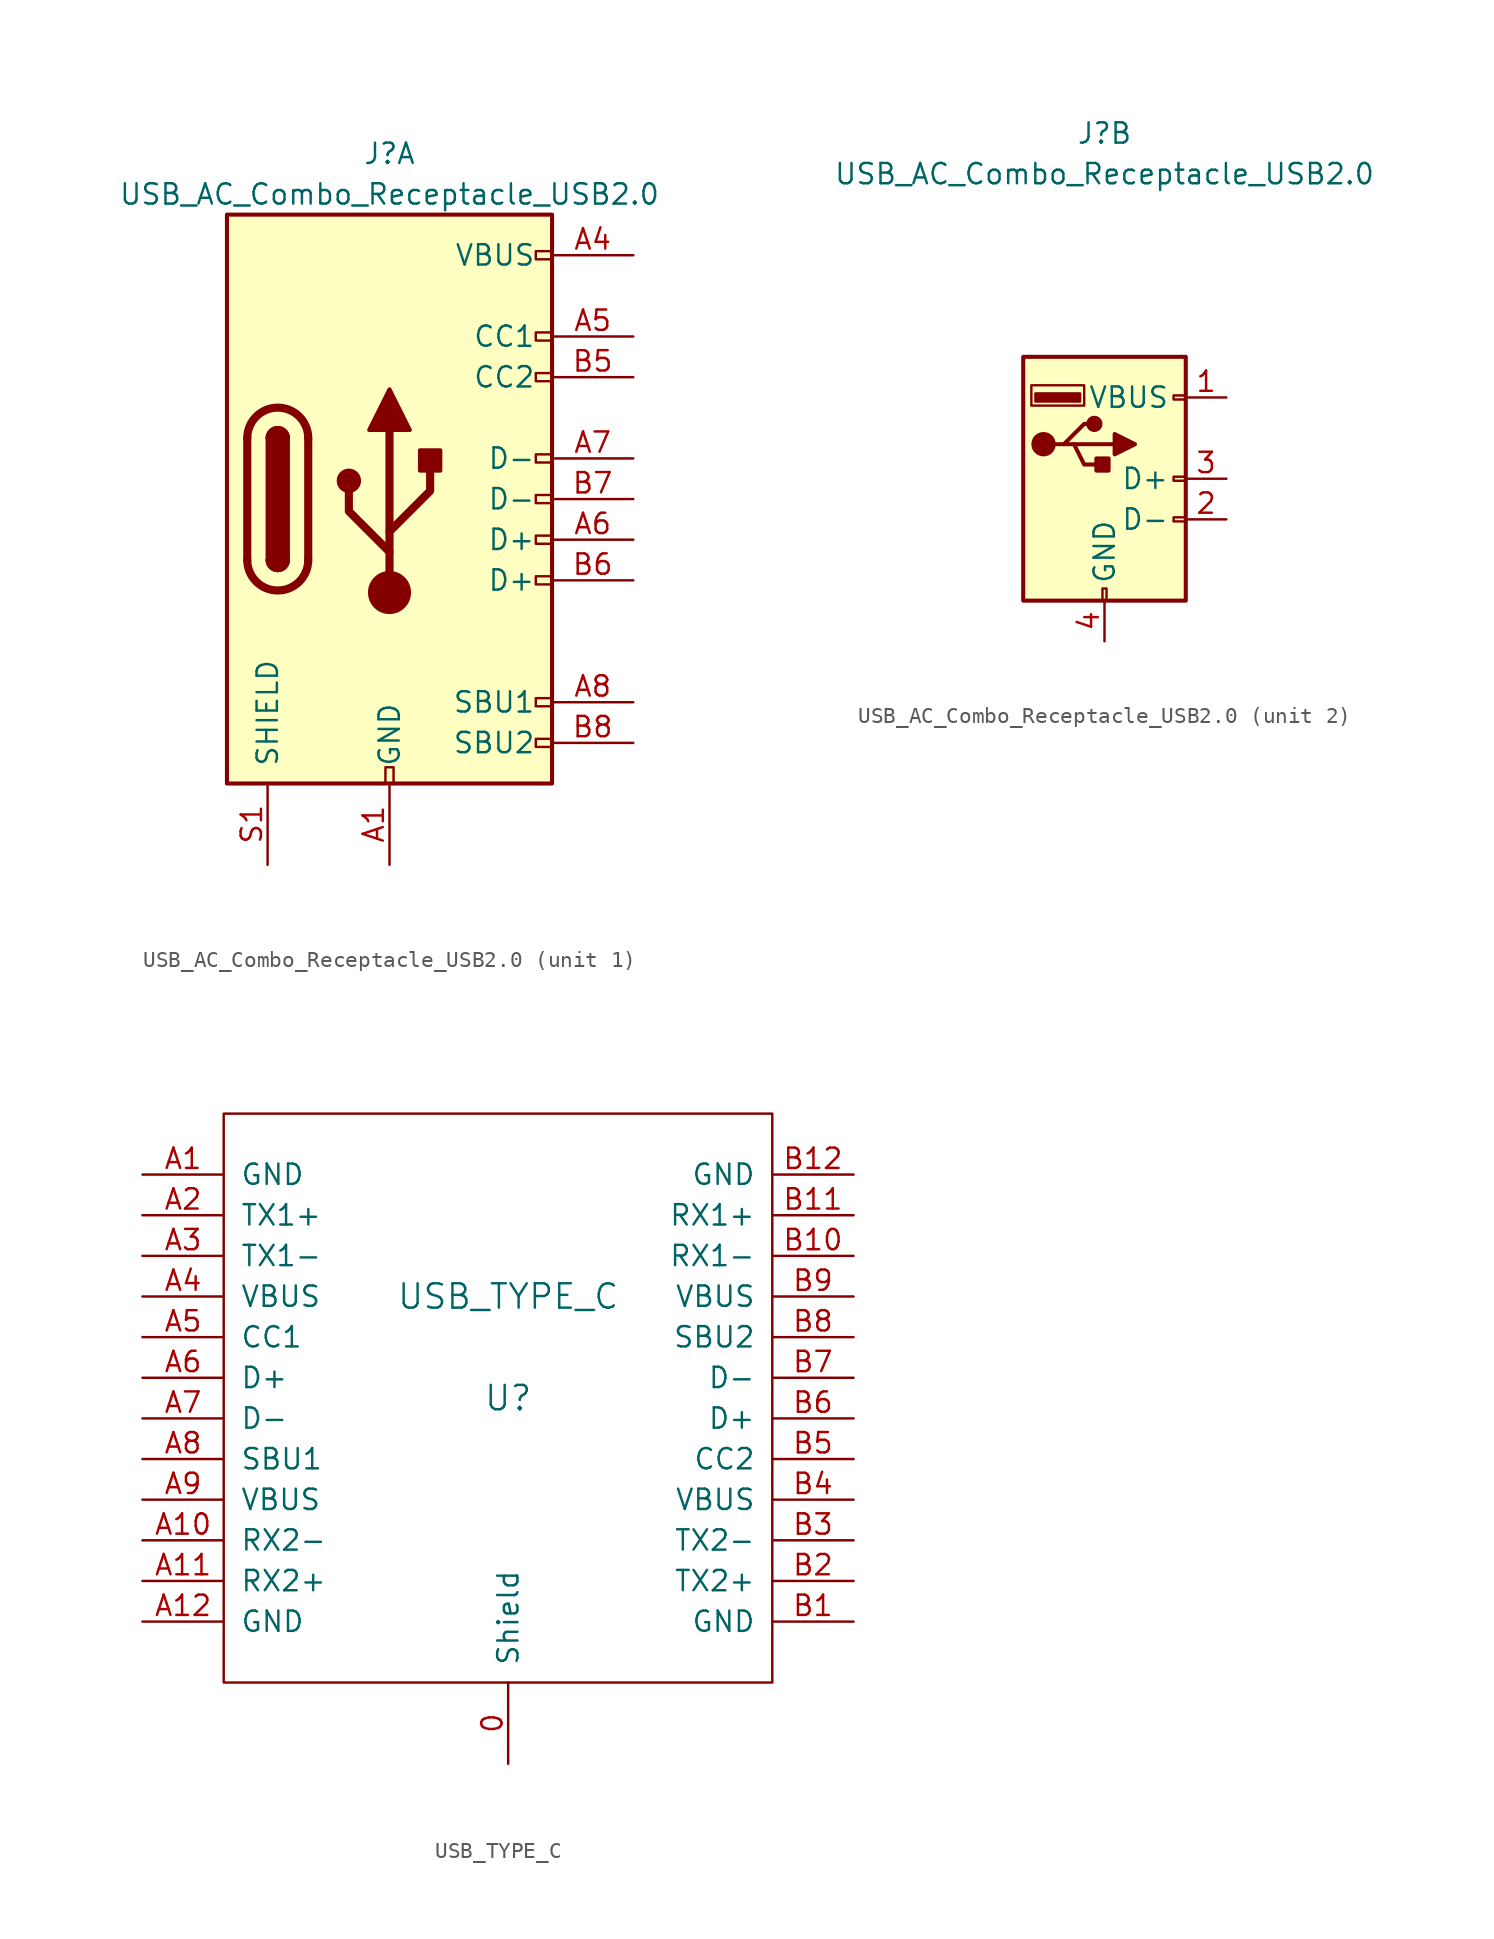
<source format=kicad_sym>
(kicad_symbol_lib
  (version 20201005)
  (generator kicad_symbol_editor)
  (symbol "pkl_conn:USB_AC_Combo_Receptacle_USB2.0"
    (pin_names
      (offset 1.016))
    (property "Reference" "J"
      (at 0 21.59 0)
      (effects (font (size 1.27 1.27))))
    (property "Value" "USB_AC_Combo_Receptacle_USB2.0"
      (at 0 19.05 0)
      (effects (font (size 1.27 1.27))))
    (property "ki_locked" ""
      (at 0 0 0)
      (effects (font (size 1.27 1.27))))
    (symbol "USB_AC_Combo_Receptacle_USB2.0_1_0"
      (rectangle (start -0.254 -17.78) (end 0.254 -16.764) (stroke (width 0)) (fill (type none)))
      (rectangle (start 10.16 -14.986) (end 9.144 -15.494) (stroke (width 0)) (fill (type none)))
      (rectangle (start 10.16 -12.446) (end 9.144 -12.954) (stroke (width 0)) (fill (type none)))
      (rectangle (start 10.16 -4.826) (end 9.144 -5.334) (stroke (width 0)) (fill (type none)))
      (rectangle (start 10.16 -2.286) (end 9.144 -2.794) (stroke (width 0)) (fill (type none)))
      (rectangle (start 10.16 0.254) (end 9.144 -0.254) (stroke (width 0)) (fill (type none)))
      (rectangle (start 10.16 2.794) (end 9.144 2.286) (stroke (width 0)) (fill (type none)))
      (rectangle (start 10.16 7.874) (end 9.144 7.366) (stroke (width 0)) (fill (type none)))
      (rectangle (start 10.16 10.414) (end 9.144 9.906) (stroke (width 0)) (fill (type none)))
      (rectangle (start 10.16 15.494) (end 9.144 14.986) (stroke (width 0)) (fill (type none))))
    (symbol "USB_AC_Combo_Receptacle_USB2.0_1_1"
      (arc (start -8.89 -3.81) (end -5.08 -3.81) (radius (at -6.985 -3.81) (length 1.905) (angles -179.9 -0.1)) (stroke (width 0.508)) (fill (type none)))
      (arc (start -7.62 -3.81) (end -6.35 -3.81) (radius (at -6.985 -3.81) (length 0.635) (angles -179.9 -0.1)) (stroke (width 0.254)) (fill (type none)))
      (arc (start -6.35 3.81) (end -7.62 3.81) (radius (at -6.985 3.81) (length 0.635) (angles 0.1 179.9)) (stroke (width 0.254)) (fill (type none)))
      (arc (start -5.08 3.81) (end -8.89 3.81) (radius (at -6.985 3.81) (length 1.905) (angles 0.1 179.9)) (stroke (width 0.508)) (fill (type none)))
      (arc (start -7.62 -3.81) (end -6.35 -3.81) (radius (at -6.985 -3.81) (length 0.635) (angles -179.9 -0.1)) (stroke (width 0.254)) (fill (type outline)))
      (arc (start -6.35 3.81) (end -7.62 3.81) (radius (at -6.985 3.81) (length 0.635) (angles 0.1 179.9)) (stroke (width 0.254)) (fill (type outline)))
      (circle (center -2.54 1.143) (radius 0.635) (stroke (width 0.254)) (fill (type outline)))
      (circle (center 0 -5.842) (radius 1.27) (stroke (width 0)) (fill (type outline)))
      (rectangle (start -7.62 -3.81) (end -6.35 3.81) (stroke (width 0.254)) (fill (type outline)))
      (rectangle (start 1.905 1.778) (end 3.175 3.048) (stroke (width 0.254)) (fill (type outline)))
      (rectangle (start -10.16 17.78) (end 10.16 -17.78) (stroke (width 0.254)) (fill (type background)))
      (polyline (pts (xy -8.89 -3.81) (xy -8.89 3.81)) (stroke (width 0.508)) (fill (type none)))
      (polyline (pts (xy -5.08 3.81) (xy -5.08 -3.81)) (stroke (width 0.508)) (fill (type none)))
      (polyline (pts (xy 0 -5.842) (xy 0 4.318)) (stroke (width 0.508)) (fill (type none)))
      (polyline (pts (xy 0 -3.302) (xy -2.54 -0.762) (xy -2.54 0.508)) (stroke (width 0.508)) (fill (type none)))
      (polyline (pts (xy 0 -2.032) (xy 2.54 0.508) (xy 2.54 1.778)) (stroke (width 0.508)) (fill (type none)))
      (polyline (pts (xy -1.27 4.318) (xy 0 6.858) (xy 1.27 4.318) (xy -1.27 4.318)) (stroke (width 0.254)) (fill (type outline)))
      (pin power_in line (at 0 -22.86 90) (length 5.08) (name "GND" (effects (font (size 1.27 1.27)))) (number "A1" (effects (font (size 1.27 1.27)))))
      (pin passive line (at 0 -22.86 90) (length 5.08) hide (name "GND" (effects (font (size 1.27 1.27)))) (number "A12" (effects (font (size 1.27 1.27)))))
      (pin power_in line (at 15.24 15.24 180) (length 5.08) (name "VBUS" (effects (font (size 1.27 1.27)))) (number "A4" (effects (font (size 1.27 1.27)))))
      (pin bidirectional line (at 15.24 10.16 180) (length 5.08) (name "CC1" (effects (font (size 1.27 1.27)))) (number "A5" (effects (font (size 1.27 1.27)))))
      (pin bidirectional line (at 15.24 -2.54 180) (length 5.08) (name "D+" (effects (font (size 1.27 1.27)))) (number "A6" (effects (font (size 1.27 1.27)))))
      (pin bidirectional line (at 15.24 2.54 180) (length 5.08) (name "D-" (effects (font (size 1.27 1.27)))) (number "A7" (effects (font (size 1.27 1.27)))))
      (pin bidirectional line (at 15.24 -12.7 180) (length 5.08) (name "SBU1" (effects (font (size 1.27 1.27)))) (number "A8" (effects (font (size 1.27 1.27)))))
      (pin passive line (at 15.24 15.24 180) (length 5.08) hide (name "VBUS" (effects (font (size 1.27 1.27)))) (number "A9" (effects (font (size 1.27 1.27)))))
      (pin passive line (at 0 -22.86 90) (length 5.08) hide (name "GND" (effects (font (size 1.27 1.27)))) (number "B1" (effects (font (size 1.27 1.27)))))
      (pin passive line (at 0 -22.86 90) (length 5.08) hide (name "GND" (effects (font (size 1.27 1.27)))) (number "B12" (effects (font (size 1.27 1.27)))))
      (pin passive line (at 15.24 15.24 180) (length 5.08) hide (name "VBUS" (effects (font (size 1.27 1.27)))) (number "B4" (effects (font (size 1.27 1.27)))))
      (pin bidirectional line (at 15.24 7.62 180) (length 5.08) (name "CC2" (effects (font (size 1.27 1.27)))) (number "B5" (effects (font (size 1.27 1.27)))))
      (pin bidirectional line (at 15.24 -5.08 180) (length 5.08) (name "D+" (effects (font (size 1.27 1.27)))) (number "B6" (effects (font (size 1.27 1.27)))))
      (pin bidirectional line (at 15.24 0 180) (length 5.08) (name "D-" (effects (font (size 1.27 1.27)))) (number "B7" (effects (font (size 1.27 1.27)))))
      (pin bidirectional line (at 15.24 -15.24 180) (length 5.08) (name "SBU2" (effects (font (size 1.27 1.27)))) (number "B8" (effects (font (size 1.27 1.27)))))
      (pin passive line (at 15.24 15.24 180) (length 5.08) hide (name "VBUS" (effects (font (size 1.27 1.27)))) (number "B9" (effects (font (size 1.27 1.27)))))
      (pin passive line (at -7.62 -22.86 90) (length 5.08) (name "SHIELD" (effects (font (size 1.27 1.27)))) (number "S1" (effects (font (size 1.27 1.27)))))
      (pin passive line (at -7.62 -22.86 90) (length 5.08) hide (name "SHIELD" (effects (font (size 1.27 1.27)))) (number "S2" (effects (font (size 1.27 1.27))))))
    (symbol "USB_AC_Combo_Receptacle_USB2.0_2_1"
      (circle (center -3.81 2.159) (radius 0.635) (stroke (width 0.254)) (fill (type outline)))
      (circle (center -0.635 3.429) (radius 0.381) (stroke (width 0.254)) (fill (type outline)))
      (rectangle (start -1.27 4.572) (end -4.572 5.842) (stroke (width 0)) (fill (type none)))
      (rectangle (start -0.127 -7.62) (end 0.127 -6.858) (stroke (width 0)) (fill (type none)))
      (rectangle (start 5.08 -2.667) (end 4.318 -2.413) (stroke (width 0)) (fill (type none)))
      (rectangle (start 5.08 -0.127) (end 4.318 0.127) (stroke (width 0)) (fill (type none)))
      (rectangle (start 5.08 4.953) (end 4.318 5.207) (stroke (width 0)) (fill (type none)))
      (rectangle (start -1.524 4.826) (end -4.318 5.334) (stroke (width 0)) (fill (type outline)))
      (rectangle (start 0.254 1.27) (end -0.508 0.508) (stroke (width 0.254)) (fill (type outline)))
      (rectangle (start -5.08 -7.62) (end 5.08 7.62) (stroke (width 0.254)) (fill (type background)))
      (polyline (pts (xy -1.905 2.159) (xy 0.635 2.159)) (stroke (width 0.254)) (fill (type none)))
      (polyline (pts (xy -3.175 2.159) (xy -2.54 2.159) (xy -1.27 3.429) (xy -0.635 3.429)) (stroke (width 0.254)) (fill (type none)))
      (polyline (pts (xy -2.54 2.159) (xy -1.905 2.159) (xy -1.27 0.889) (xy 0 0.889)) (stroke (width 0.254)) (fill (type none)))
      (polyline (pts (xy 0.635 2.794) (xy 0.635 1.524) (xy 1.905 2.159) (xy 0.635 2.794)) (stroke (width 0.254)) (fill (type outline)))
      (pin power_in line (at 7.62 5.08 180) (length 2.54) (name "VBUS" (effects (font (size 1.27 1.27)))) (number "1" (effects (font (size 1.27 1.27)))))
      (pin passive line (at 7.62 -2.54 180) (length 2.54) (name "D-" (effects (font (size 1.27 1.27)))) (number "2" (effects (font (size 1.27 1.27)))))
      (pin passive line (at 7.62 0 180) (length 2.54) (name "D+" (effects (font (size 1.27 1.27)))) (number "3" (effects (font (size 1.27 1.27)))))
      (pin power_in line (at 0 -10.16 90) (length 2.54) (name "GND" (effects (font (size 1.27 1.27)))) (number "4" (effects (font (size 1.27 1.27)))))))
  (symbol "pkl_conn:USB_TYPE_C"
    (pin_names
      (offset 1.016))
    (property "Reference" "U"
      (at 0 0 0)
      (effects (font (size 1.524 1.524))))
    (property "Value" "USB_TYPE_C"
      (at 0 6.35 0)
      (effects (font (size 1.524 1.524))))
    (property "Footprint" ""
      (at 0 0 0)
      (effects (font (size 1.524 1.524))))
    (property "Datasheet" ""
      (at 0 0 0)
      (effects (font (size 1.524 1.524))))
    (symbol "USB_TYPE_C_0_1"
      (rectangle (start -17.78 17.78) (end 16.51 -17.78) (stroke (width 0)) (fill (type none))))
    (symbol "USB_TYPE_C_1_1"
      (pin passive line (at 0 -22.86 90) (length 5.08) (name "Shield" (effects (font (size 1.27 1.27)))) (number "0" (effects (font (size 1.27 1.27)))))
      (pin input line (at -22.86 13.97 0) (length 5.08) (name "GND" (effects (font (size 1.27 1.27)))) (number "A1" (effects (font (size 1.27 1.27)))))
      (pin input line (at -22.86 -8.89 0) (length 5.08) (name "RX2-" (effects (font (size 1.27 1.27)))) (number "A10" (effects (font (size 1.27 1.27)))))
      (pin input line (at -22.86 -11.43 0) (length 5.08) (name "RX2+" (effects (font (size 1.27 1.27)))) (number "A11" (effects (font (size 1.27 1.27)))))
      (pin input line (at -22.86 -13.97 0) (length 5.08) (name "GND" (effects (font (size 1.27 1.27)))) (number "A12" (effects (font (size 1.27 1.27)))))
      (pin input line (at -22.86 11.43 0) (length 5.08) (name "TX1+" (effects (font (size 1.27 1.27)))) (number "A2" (effects (font (size 1.27 1.27)))))
      (pin input line (at -22.86 8.89 0) (length 5.08) (name "TX1-" (effects (font (size 1.27 1.27)))) (number "A3" (effects (font (size 1.27 1.27)))))
      (pin input line (at -22.86 6.35 0) (length 5.08) (name "VBUS" (effects (font (size 1.27 1.27)))) (number "A4" (effects (font (size 1.27 1.27)))))
      (pin input line (at -22.86 3.81 0) (length 5.08) (name "CC1" (effects (font (size 1.27 1.27)))) (number "A5" (effects (font (size 1.27 1.27)))))
      (pin input line (at -22.86 1.27 0) (length 5.08) (name "D+" (effects (font (size 1.27 1.27)))) (number "A6" (effects (font (size 1.27 1.27)))))
      (pin input line (at -22.86 -1.27 0) (length 5.08) (name "D-" (effects (font (size 1.27 1.27)))) (number "A7" (effects (font (size 1.27 1.27)))))
      (pin input line (at -22.86 -3.81 0) (length 5.08) (name "SBU1" (effects (font (size 1.27 1.27)))) (number "A8" (effects (font (size 1.27 1.27)))))
      (pin input line (at -22.86 -6.35 0) (length 5.08) (name "VBUS" (effects (font (size 1.27 1.27)))) (number "A9" (effects (font (size 1.27 1.27)))))
      (pin input line (at 21.59 -13.97 180) (length 5.08) (name "GND" (effects (font (size 1.27 1.27)))) (number "B1" (effects (font (size 1.27 1.27)))))
      (pin input line (at 21.59 8.89 180) (length 5.08) (name "RX1-" (effects (font (size 1.27 1.27)))) (number "B10" (effects (font (size 1.27 1.27)))))
      (pin input line (at 21.59 11.43 180) (length 5.08) (name "RX1+" (effects (font (size 1.27 1.27)))) (number "B11" (effects (font (size 1.27 1.27)))))
      (pin input line (at 21.59 13.97 180) (length 5.08) (name "GND" (effects (font (size 1.27 1.27)))) (number "B12" (effects (font (size 1.27 1.27)))))
      (pin input line (at 21.59 -11.43 180) (length 5.08) (name "TX2+" (effects (font (size 1.27 1.27)))) (number "B2" (effects (font (size 1.27 1.27)))))
      (pin input line (at 21.59 -8.89 180) (length 5.08) (name "TX2-" (effects (font (size 1.27 1.27)))) (number "B3" (effects (font (size 1.27 1.27)))))
      (pin input line (at 21.59 -6.35 180) (length 5.08) (name "VBUS" (effects (font (size 1.27 1.27)))) (number "B4" (effects (font (size 1.27 1.27)))))
      (pin input line (at 21.59 -3.81 180) (length 5.08) (name "CC2" (effects (font (size 1.27 1.27)))) (number "B5" (effects (font (size 1.27 1.27)))))
      (pin input line (at 21.59 -1.27 180) (length 5.08) (name "D+" (effects (font (size 1.27 1.27)))) (number "B6" (effects (font (size 1.27 1.27)))))
      (pin input line (at 21.59 1.27 180) (length 5.08) (name "D-" (effects (font (size 1.27 1.27)))) (number "B7" (effects (font (size 1.27 1.27)))))
      (pin input line (at 21.59 3.81 180) (length 5.08) (name "SBU2" (effects (font (size 1.27 1.27)))) (number "B8" (effects (font (size 1.27 1.27)))))
      (pin input line (at 21.59 6.35 180) (length 5.08) (name "VBUS" (effects (font (size 1.27 1.27)))) (number "B9" (effects (font (size 1.27 1.27))))))))
</source>
